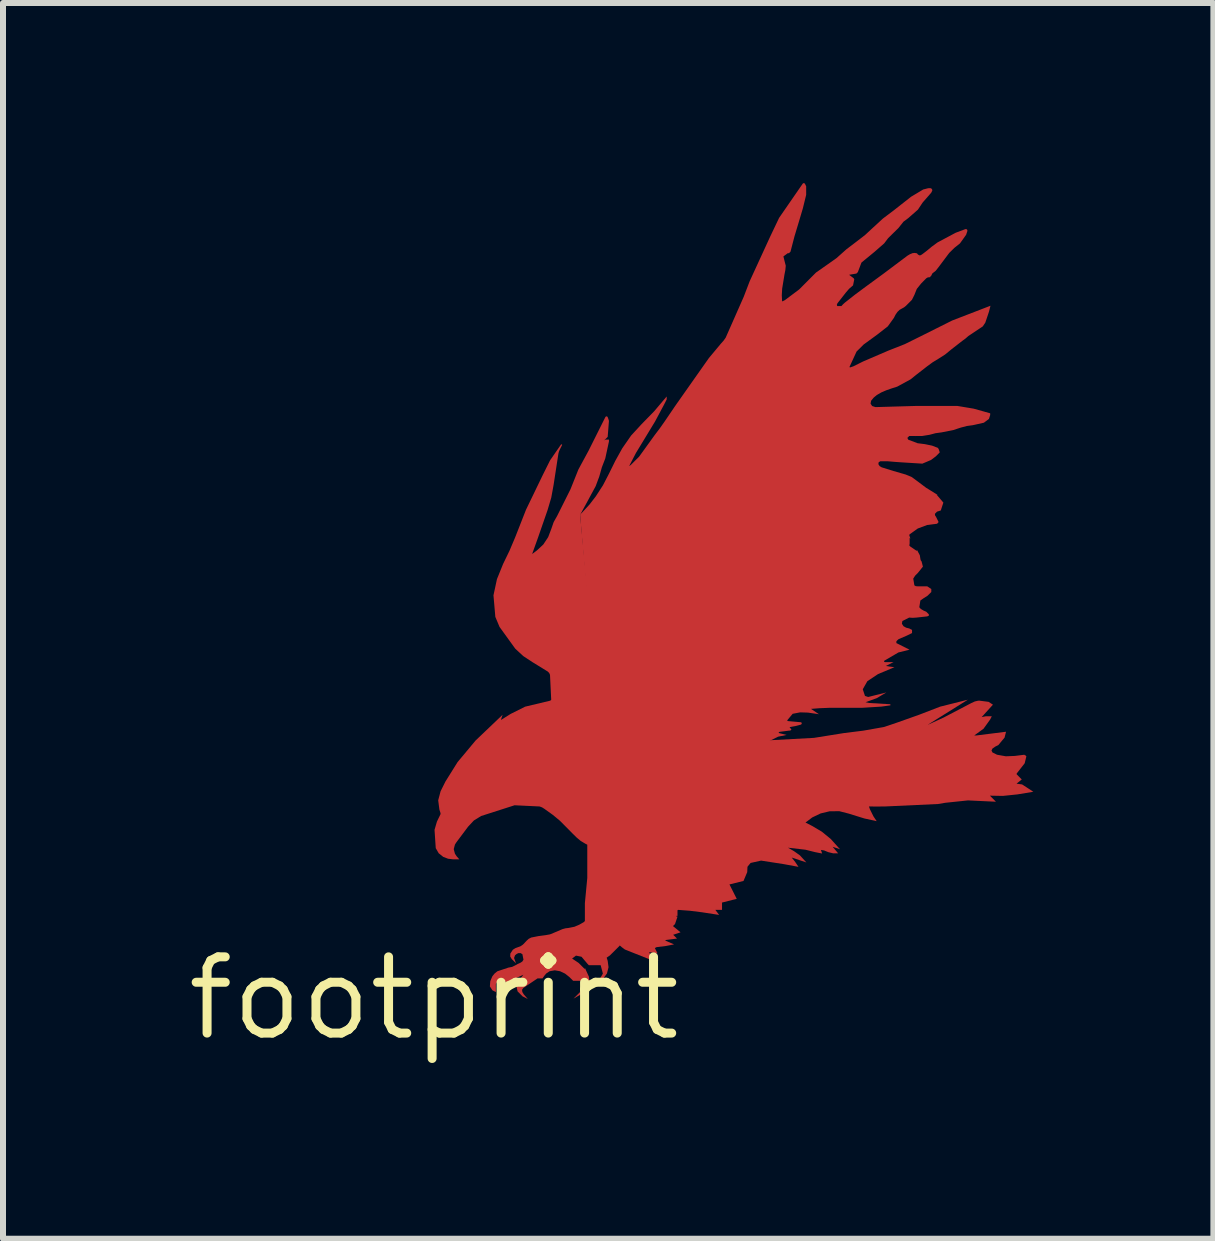
<source format=kicad_pcb>
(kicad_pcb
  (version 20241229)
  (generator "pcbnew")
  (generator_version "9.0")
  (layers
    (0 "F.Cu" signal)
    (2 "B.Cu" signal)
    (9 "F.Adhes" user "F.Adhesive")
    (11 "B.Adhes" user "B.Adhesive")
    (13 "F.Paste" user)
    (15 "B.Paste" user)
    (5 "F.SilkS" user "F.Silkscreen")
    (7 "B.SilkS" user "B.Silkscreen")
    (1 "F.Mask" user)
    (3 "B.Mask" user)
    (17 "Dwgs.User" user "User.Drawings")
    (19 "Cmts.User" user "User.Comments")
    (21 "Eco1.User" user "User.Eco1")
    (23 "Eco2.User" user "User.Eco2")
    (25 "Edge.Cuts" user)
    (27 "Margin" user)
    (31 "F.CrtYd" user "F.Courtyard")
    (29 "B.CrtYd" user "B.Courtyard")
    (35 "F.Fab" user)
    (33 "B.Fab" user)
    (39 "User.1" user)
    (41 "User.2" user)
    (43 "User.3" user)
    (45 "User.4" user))
  (footprint "footprint"
    (layer "F.Cu")
    (at 4.18 13.583)
    (property "Reference" "footprint" (at 0 0 0) (layer "F.SilkS") (effects (font (size 1.27 1.27) (thickness 0.15))))
    (fp_poly (pts (xy 0.423 -3.437) (xy 0.468 -3.394) (xy 0.461 -3.387) (xy 0.471 -3.388) (xy 0.492 -3.223) (xy 0.385 -3.116) (xy 0.216 -3.116) (xy 0.171 -3.161) (xy 0.162 -3.216) (xy 0.171 -3.268) (xy 0.18 -3.267) (xy 0.173 -3.273) (xy 0.189 -3.291) (xy 0.203 -3.285) (xy 0.189 -3.306) (xy 0.212 -3.352) (xy 0.23 -3.384) (xy 0.254 -3.415) (xy 0.36 -3.458)) (stroke (width 0) (type solid)) (fill yes) (layer "F.Cu"))
    (fp_poly (pts (xy 8.231 -4.559) (xy 8.234 -4.559) (xy 8.493 -4.678) (xy 8.954 -4.919) (xy 9.013 -4.946) (xy 9.076 -4.96) (xy 9.078 -4.95) (xy 9.079 -4.96) (xy 9.242 -4.939) (xy 9.314 -4.892) (xy 9.126 -4.685) (xy 9.197 -4.699) (xy 9.295 -4.699) (xy 9.267 -4.644) (xy 9.157 -4.491) (xy 9.005 -4.381) (xy 9.004 -4.381) (xy 9.005 -4.379) (xy 9.037 -4.379) (xy 9.532 -4.441) (xy 9.508 -4.344) (xy 9.405 -4.22) (xy 9.352 -4.193) (xy 9.306 -4.161) (xy 9.29 -4.128) (xy 9.306 -4.096) (xy 9.382 -4.058) (xy 9.529 -4.032) (xy 9.678 -4.038) (xy 9.838 -4.058) (xy 9.84 -4.048) (xy 9.847 -4.055) (xy 9.871 -4.031) (xy 9.843 -3.916) (xy 9.709 -3.744) (xy 9.709 -3.732) (xy 9.794 -3.646) (xy 9.707 -3.576) (xy 9.8 -3.563) (xy 9.987 -3.441) (xy 9.721 -3.397) (xy 9.48 -3.372) (xy 9.263 -3.376) (xy 9.364 -3.275) (xy 8.898 -3.297) (xy 8.518 -3.257) (xy 8.398 -3.237) (xy 7.515 -3.196) (xy 7.375 -3.195) (xy 7.248 -3.196) (xy 7.264 -3.15) (xy 7.323 -3.031) (xy 7.377 -2.951) (xy 7.172 -2.996) (xy 6.911 -3.077) (xy 6.755 -3.117) (xy 6.594 -3.116) (xy 6.443 -3.08) (xy 6.303 -3.013) (xy 6.191 -2.928) (xy 6.297 -2.874) (xy 6.463 -2.776) (xy 6.612 -2.654) (xy 6.766 -2.483) (xy 6.643 -2.524) (xy 6.735 -2.415) (xy 6.652 -2.415) (xy 6.57 -2.435) (xy 6.502 -2.463) (xy 6.448 -2.472) (xy 6.468 -2.412) (xy 6.351 -2.435) (xy 6.191 -2.475) (xy 5.899 -2.509) (xy 5.997 -2.453) (xy 6.097 -2.382) (xy 6.206 -2.263) (xy 5.961 -2.345) (xy 6.02 -2.27) (xy 6.074 -2.19) (xy 5.83 -2.235) (xy 5.451 -2.294) (xy 5.276 -2.255) (xy 5.224 -2.191) (xy 5.22 -2.102) (xy 5.158 -1.955) (xy 4.924 -1.897) (xy 5.045 -1.657) (xy 4.8 -1.595) (xy 4.8 -1.473) (xy 4.689 -1.473) (xy 4.752 -1.389) (xy 4.467 -1.433) (xy 4.268 -1.458) (xy 4.07 -1.473) (xy 4.061 -1.47) (xy 4.058 -1.461) (xy 4.058 -1.373) (xy 4.038 -1.373) (xy 4.038 -1.363) (xy 4.048 -1.363) (xy 4.058 -1.36) (xy 4.017 -1.237) (xy 3.983 -1.203) (xy 4.109 -1.099) (xy 3.986 -1.058) (xy 4.05 -0.995) (xy 3.871 -0.972) (xy 3.851 -0.963) (xy 4.001 -0.898) (xy 3.869 -0.872) (xy 3.71 -0.852) (xy 3.681 -0.837) (xy 3.725 -0.749) (xy 3.585 -0.769) (xy 3.595 -0.748) (xy 3.742 -0.625) (xy 3.585 -0.652) (xy 3.181 -0.813) (xy 3.129 -0.852) (xy 3.077 -0.897) (xy 2.775 -4.278) (xy 5.591 -4.299) (xy 6.332 -4.339) (xy 6.832 -4.419) (xy 7.153 -4.459) (xy 7.493 -4.519) (xy 7.612 -4.558) (xy 7.732 -4.599) (xy 8.084 -4.724) (xy 8.434 -4.859) (xy 8.896 -4.975)) (stroke (width 0) (type solid)) (fill yes) (layer "F.Cu"))
    (fp_poly (pts (xy 2.894 -9.685) (xy 2.906 -9.653) (xy 2.916 -9.62) (xy 2.895 -9.354) (xy 2.836 -9.295) (xy 2.863 -9.309) (xy 2.916 -9.309) (xy 2.916 -9.277) (xy 2.855 -8.995) (xy 2.798 -8.847) (xy 2.755 -8.694) (xy 2.695 -8.533) (xy 2.624 -8.402) (xy 2.554 -8.272) (xy 2.435 -8.054) (xy 2.875 -3.497) (xy 2.875 -3.497) (xy 2.876 -3.489) (xy 2.877 -3.477) (xy 2.877 -3.477) (xy 3.097 -0.878) (xy 2.932 -0.714) (xy 2.878 -0.677) (xy 2.895 -0.624) (xy 2.909 -0.518) (xy 2.883 -0.414) (xy 2.82 -0.328) (xy 2.656 -0.225) (xy 2.778 -0.347) (xy 2.815 -0.412) (xy 2.778 -0.551) (xy 2.581 -0.551) (xy 2.558 -0.575) (xy 2.459 -0.692) (xy 2.367 -0.711) (xy 2.302 -0.662) (xy 2.411 -0.589) (xy 2.515 -0.485) (xy 2.515 -0.507) (xy 2.583 -0.358) (xy 2.595 -0.242) (xy 2.585 -0.24) (xy 2.594 -0.236) (xy 2.533 -0.113) (xy 2.325 0.006) (xy 2.457 -0.126) (xy 2.488 -0.18) (xy 2.488 -0.241) (xy 2.459 -0.291) (xy 2.32 -0.291) (xy 2.258 -0.353) (xy 2.185 -0.411) (xy 2.101 -0.451) (xy 2.014 -0.466) (xy 1.928 -0.451) (xy 1.871 -0.413) (xy 1.84 -0.376) (xy 1.809 -0.331) (xy 1.726 -0.331) (xy 1.549 -0.212) (xy 1.519 -0.192) (xy 1.49 -0.173) (xy 1.468 -0.142) (xy 1.473 -0.104) (xy 1.498 -0.064) (xy 1.564 0.012) (xy 1.477 -0.032) (xy 1.393 -0.116) (xy 1.393 -0.119) (xy 1.376 -0.19) (xy 1.394 -0.265) (xy 1.49 -0.393) (xy 1.447 -0.372) (xy 1.225 -0.271) (xy 1.198 -0.271) (xy 1.138 -0.331) (xy 1.088 -0.331) (xy 1.032 -0.238) (xy 1.032 -0.104) (xy 0.976 -0.132) (xy 0.974 -0.134) (xy 0.932 -0.198) (xy 0.939 -0.286) (xy 0.973 -0.366) (xy 1.01 -0.412) (xy 1.057 -0.45) (xy 1.24 -0.511) (xy 1.302 -0.523) (xy 1.358 -0.55) (xy 1.397 -0.572) (xy 1.438 -0.59) (xy 1.472 -0.612) (xy 1.492 -0.643) (xy 1.474 -0.735) (xy 1.443 -0.753) (xy 1.405 -0.752) (xy 1.376 -0.737) (xy 1.351 -0.716) (xy 1.335 -0.671) (xy 1.368 -0.582) (xy 1.295 -0.655) (xy 1.271 -0.696) (xy 1.273 -0.745) (xy 1.315 -0.809) (xy 1.356 -0.835) (xy 1.399 -0.851) (xy 1.441 -0.866) (xy 1.477 -0.89) (xy 1.497 -0.908) (xy 1.516 -0.929) (xy 1.545 -0.96) (xy 1.578 -0.99) (xy 1.62 -1.012) (xy 1.741 -1.036) (xy 1.862 -1.052) (xy 1.933 -1.065) (xy 2 -1.092) (xy 2.141 -1.152) (xy 2.192 -1.166) (xy 2.243 -1.172) (xy 2.342 -1.192) (xy 2.423 -1.227) (xy 2.499 -1.271) (xy 2.515 -1.287) (xy 2.515 -1.584) (xy 2.555 -2.004) (xy 2.555 -2.559) (xy 2.52 -2.577) (xy 2.445 -2.622) (xy 2.378 -2.678) (xy 2.307 -2.748) (xy 2.237 -2.819) (xy 2.098 -2.959) (xy 1.978 -3.058) (xy 1.838 -3.158) (xy 1.801 -3.181) (xy 1.761 -3.196) (xy 1.344 -3.216) (xy 0.786 -3.037) (xy 0.666 -2.963) (xy 0.569 -2.859) (xy 0.389 -2.619) (xy 0.368 -2.59) (xy 0.35 -2.561) (xy 0.33 -2.485) (xy 0.35 -2.409) (xy 0.376 -2.369) (xy 0.423 -2.315) (xy 0.32 -2.315) (xy 0.236 -2.325) (xy 0.155 -2.356) (xy 0.079 -2.417) (xy 0.03 -2.502) (xy 0.03 -2.505) (xy 0.01 -2.807) (xy 0.05 -2.944) (xy 0.11 -3.068) (xy 0.11 -3.085) (xy 0.091 -3.144) (xy 0.071 -3.299) (xy 0.111 -3.45) (xy 0.192 -3.612) (xy 0.393 -3.934) (xy 0.694 -4.295) (xy 1.144 -4.724) (xy 1.116 -4.639) (xy 1.119 -4.639) (xy 1.278 -4.738) (xy 1.52 -4.859) (xy 1.939 -4.959) (xy 1.954 -4.974) (xy 1.934 -5.389) (xy 1.921 -5.419) (xy 1.898 -5.443) (xy 1.638 -5.603) (xy 1.488 -5.702) (xy 1.355 -5.825) (xy 1.092 -6.189) (xy 1.092 -6.19) (xy 1.023 -6.355) (xy 0.992 -6.714) (xy 1.05 -6.984) (xy 1.153 -7.238) (xy 1.259 -7.457) (xy 1.353 -7.679) (xy 1.534 -8.14) (xy 1.815 -8.722) (xy 1.935 -8.963) (xy 2.121 -9.232) (xy 2.137 -9.222) (xy 2.093 -9.134) (xy 2.082 -9.106) (xy 2.074 -9.076) (xy 1.994 -8.555) (xy 1.955 -8.342) (xy 1.893 -8.133) (xy 1.733 -7.672) (xy 1.637 -7.405) (xy 1.64 -7.405) (xy 1.717 -7.463) (xy 1.823 -7.562) (xy 1.903 -7.683) (xy 1.955 -7.819) (xy 1.995 -7.934) (xy 2.055 -8.041) (xy 2.275 -8.481) (xy 2.407 -8.811) (xy 2.576 -9.123) (xy 2.857 -9.685) (xy 2.867 -9.695) (xy 2.884 -9.695)) (stroke (width 0) (type solid)) (fill yes) (layer "F.Cu"))
    (fp_poly (pts (xy 9.273 -11.539) (xy 9.248 -11.44) (xy 9.187 -11.258) (xy 9.145 -11.195) (xy 9.084 -11.154) (xy 8.904 -11.034) (xy 8.856 -10.992) (xy 8.804 -10.954) (xy 8.624 -10.814) (xy 8.518 -10.727) (xy 8.402 -10.653) (xy 8.31 -10.597) (xy 8.222 -10.533) (xy 8.042 -10.393) (xy 7.941 -10.312) (xy 7.719 -10.191) (xy 7.628 -10.162) (xy 7.539 -10.131) (xy 7.457 -10.096) (xy 7.38 -10.052) (xy 7.327 -10.008) (xy 7.284 -9.956) (xy 7.275 -9.908) (xy 7.301 -9.868) (xy 7.356 -9.85) (xy 8.056 -9.87) (xy 8.718 -9.87) (xy 8.993 -9.824) (xy 9.268 -9.747) (xy 9.268 -9.718) (xy 9.247 -9.653) (xy 9.163 -9.59) (xy 8.98 -9.549) (xy 8.878 -9.535) (xy 8.78 -9.509) (xy 8.721 -9.49) (xy 8.66 -9.469) (xy 8.459 -9.429) (xy 8.357 -9.415) (xy 8.259 -9.389) (xy 8.137 -9.369) (xy 8.026 -9.368) (xy 7.92 -9.369) (xy 7.888 -9.337) (xy 7.903 -9.307) (xy 8.059 -9.248) (xy 8.179 -9.233) (xy 8.3 -9.208) (xy 8.401 -9.168) (xy 8.397 -9.158) (xy 8.406 -9.161) (xy 8.428 -9.096) (xy 8.363 -9.03) (xy 8.287 -8.973) (xy 8.287 -8.971) (xy 8.138 -8.908) (xy 7.815 -8.928) (xy 7.685 -8.937) (xy 7.555 -8.948) (xy 7.438 -8.948) (xy 7.41 -8.931) (xy 7.405 -8.9) (xy 7.425 -8.868) (xy 7.459 -8.847) (xy 7.658 -8.785) (xy 7.859 -8.727) (xy 7.957 -8.687) (xy 8.042 -8.625) (xy 8.202 -8.505) (xy 8.282 -8.456) (xy 8.391 -8.387) (xy 8.379 -8.387) (xy 8.488 -8.259) (xy 8.445 -8.128) (xy 8.382 -8.108) (xy 8.347 -8.072) (xy 8.349 -8.047) (xy 8.366 -8.021) (xy 8.407 -7.938) (xy 8.407 -7.932) (xy 8.387 -7.912) (xy 8.387 -7.907) (xy 8.219 -7.886) (xy 8.061 -7.827) (xy 7.924 -7.729) (xy 7.92 -7.715) (xy 7.939 -7.658) (xy 7.926 -7.671) (xy 7.926 -7.573) (xy 7.925 -7.572) (xy 7.921 -7.543) (xy 7.942 -7.523) (xy 8.046 -7.453) (xy 8.046 -7.474) (xy 8.096 -7.381) (xy 8.106 -7.316) (xy 8.111 -7.297) (xy 8.125 -7.279) (xy 8.147 -7.192) (xy 8.064 -7.088) (xy 8.018 -7.042) (xy 7.986 -6.992) (xy 8.005 -6.88) (xy 8.027 -6.867) (xy 8.057 -6.864) (xy 8.219 -6.864) (xy 8.287 -6.819) (xy 8.287 -6.769) (xy 8.223 -6.706) (xy 8.161 -6.667) (xy 8.105 -6.628) (xy 8.087 -6.516) (xy 8.101 -6.498) (xy 8.122 -6.481) (xy 8.16 -6.459) (xy 8.202 -6.441) (xy 8.246 -6.397) (xy 8.246 -6.393) (xy 8.246 -6.375) (xy 8.219 -6.363) (xy 8.037 -6.343) (xy 7.976 -6.339) (xy 7.918 -6.343) (xy 7.805 -6.286) (xy 7.797 -6.241) (xy 7.823 -6.2) (xy 7.867 -6.175) (xy 7.919 -6.162) (xy 7.966 -6.138) (xy 7.966 -6.086) (xy 7.88 -6.043) (xy 7.741 -5.983) (xy 7.722 -5.966) (xy 7.705 -5.948) (xy 7.705 -5.918) (xy 7.74 -5.901) (xy 7.924 -5.808) (xy 7.739 -5.762) (xy 7.503 -5.624) (xy 7.499 -5.614) (xy 7.504 -5.605) (xy 7.516 -5.601) (xy 7.658 -5.601) (xy 7.528 -5.536) (xy 7.673 -5.516) (xy 7.4 -5.402) (xy 7.222 -5.284) (xy 7.145 -5.149) (xy 7.182 -5.038) (xy 7.235 -5.02) (xy 7.538 -5.096) (xy 7.379 -5.001) (xy 7.191 -4.933) (xy 7.256 -4.92) (xy 7.605 -4.899) (xy 7.606 -4.881) (xy 7.456 -4.86) (xy 7.135 -4.84) (xy 6.594 -4.84) (xy 6.423 -4.833) (xy 6.282 -4.822) (xy 6.415 -4.733) (xy 6.232 -4.76) (xy 6.102 -4.764) (xy 5.977 -4.74) (xy 5.885 -4.63) (xy 5.896 -4.619) (xy 6.116 -4.599) (xy 6.131 -4.586) (xy 6.119 -4.561) (xy 6.025 -4.536) (xy 5.937 -4.52) (xy 5.926 -4.509) (xy 5.937 -4.498) (xy 5.947 -4.495) (xy 5.956 -4.476) (xy 5.935 -4.459) (xy 5.922 -4.46) (xy 5.913 -4.459) (xy 5.756 -4.439) (xy 5.743 -4.426) (xy 5.744 -4.422) (xy 5.754 -4.418) (xy 5.877 -4.388) (xy 5.735 -4.359) (xy 5.573 -4.279) (xy 2.756 -4.258) (xy 2.435 -8.06) (xy 2.478 -8.103) (xy 2.593 -8.228) (xy 2.697 -8.363) (xy 2.816 -8.547) (xy 2.917 -8.742) (xy 3.022 -8.955) (xy 3.138 -9.164) (xy 3.285 -9.376) (xy 3.46 -9.566) (xy 3.668 -9.779) (xy 3.878 -10.027) (xy 3.878 -9.978) (xy 3.836 -9.895) (xy 3.684 -9.61) (xy 3.516 -9.333) (xy 3.367 -9.088) (xy 3.253 -8.868) (xy 3.28 -8.886) (xy 3.419 -9.025) (xy 3.679 -9.385) (xy 3.761 -9.493) (xy 3.84 -9.605) (xy 4.018 -9.867) (xy 4.2 -10.126) (xy 4.581 -10.667) (xy 4.782 -10.908) (xy 4.825 -10.956) (xy 4.861 -11.007) (xy 5.161 -11.687) (xy 5.261 -11.948) (xy 5.602 -12.69) (xy 5.751 -13.003) (xy 6.146 -13.575) (xy 6.162 -13.583) (xy 6.18 -13.575) (xy 6.202 -13.529) (xy 6.202 -13.386) (xy 6.147 -13.162) (xy 6.082 -12.943) (xy 6.007 -12.694) (xy 5.942 -12.444) (xy 5.942 -12.441) (xy 5.916 -12.415) (xy 5.902 -12.414) (xy 5.895 -12.414) (xy 5.823 -12.361) (xy 5.841 -12.287) (xy 5.841 -12.287) (xy 5.862 -12.205) (xy 5.855 -12.132) (xy 5.841 -12.062) (xy 5.802 -11.823) (xy 5.796 -11.713) (xy 5.801 -11.613) (xy 5.809 -11.613) (xy 5.847 -11.632) (xy 6.086 -11.811) (xy 6.366 -12.092) (xy 6.567 -12.233) (xy 6.707 -12.332) (xy 6.872 -12.479) (xy 7.048 -12.613) (xy 7.048 -12.613) (xy 7.183 -12.717) (xy 7.308 -12.833) (xy 7.481 -12.992) (xy 7.669 -13.134) (xy 7.95 -13.355) (xy 8.152 -13.476) (xy 8.235 -13.497) (xy 8.256 -13.498) (xy 8.287 -13.496) (xy 8.287 -13.491) (xy 8.304 -13.474) (xy 8.297 -13.467) (xy 8.306 -13.462) (xy 8.285 -13.421) (xy 8.144 -13.26) (xy 8.064 -13.14) (xy 7.902 -12.998) (xy 7.823 -12.939) (xy 7.739 -12.833) (xy 7.642 -12.738) (xy 7.567 -12.664) (xy 7.502 -12.578) (xy 7.341 -12.437) (xy 7.123 -12.258) (xy 7.063 -12.099) (xy 7.039 -12.075) (xy 6.92 -12.055) (xy 6.922 -12.051) (xy 7 -11.992) (xy 6.994 -11.984) (xy 7.004 -11.982) (xy 6.983 -11.878) (xy 6.917 -11.821) (xy 6.862 -11.757) (xy 6.722 -11.578) (xy 6.713 -11.553) (xy 6.72 -11.533) (xy 6.789 -11.533) (xy 6.815 -11.562) (xy 6.847 -11.591) (xy 7.016 -11.724) (xy 7.188 -11.852) (xy 7.489 -12.072) (xy 7.89 -12.373) (xy 7.93 -12.397) (xy 7.965 -12.411) (xy 7.965 -12.413) (xy 8.006 -12.419) (xy 8.047 -12.413) (xy 8.046 -12.41) (xy 8.056 -12.405) (xy 8.063 -12.392) (xy 8.097 -12.376) (xy 8.112 -12.383) (xy 8.131 -12.393) (xy 8.21 -12.453) (xy 8.298 -12.526) (xy 8.391 -12.594) (xy 8.693 -12.755) (xy 8.856 -12.816) (xy 8.874 -12.815) (xy 8.887 -12.801) (xy 8.888 -12.784) (xy 8.867 -12.721) (xy 8.765 -12.578) (xy 8.67 -12.502) (xy 8.585 -12.418) (xy 8.405 -12.178) (xy 8.36 -12.121) (xy 8.305 -12.078) (xy 8.287 -12.042) (xy 8.287 -12.04) (xy 8.267 -12.02) (xy 8.267 -12.015) (xy 8.228 -12.011) (xy 8.203 -11.996) (xy 8.119 -11.911) (xy 8.045 -11.819) (xy 8.005 -11.719) (xy 7.964 -11.637) (xy 7.913 -11.586) (xy 7.863 -11.536) (xy 7.833 -11.512) (xy 7.8 -11.494) (xy 7.758 -11.47) (xy 7.723 -11.436) (xy 7.691 -11.39) (xy 7.664 -11.337) (xy 7.562 -11.195) (xy 7.381 -11.054) (xy 7.161 -10.894) (xy 7.042 -10.776) (xy 6.924 -10.52) (xy 6.927 -10.514) (xy 6.934 -10.511) (xy 6.99 -10.53) (xy 7.07 -10.57) (xy 7.15 -10.61) (xy 7.571 -10.791) (xy 7.847 -10.9) (xy 8.112 -11.031) (xy 8.633 -11.292)) (stroke (width 0) (type solid)) (fill yes) (layer "F.Cu")))
  (gr_rect
    (start -3 -3)
    (end 17.167 17.589)
    (stroke (width 0.1) (type default))
    (fill no)
    (layer "Edge.Cuts")))
</source>
